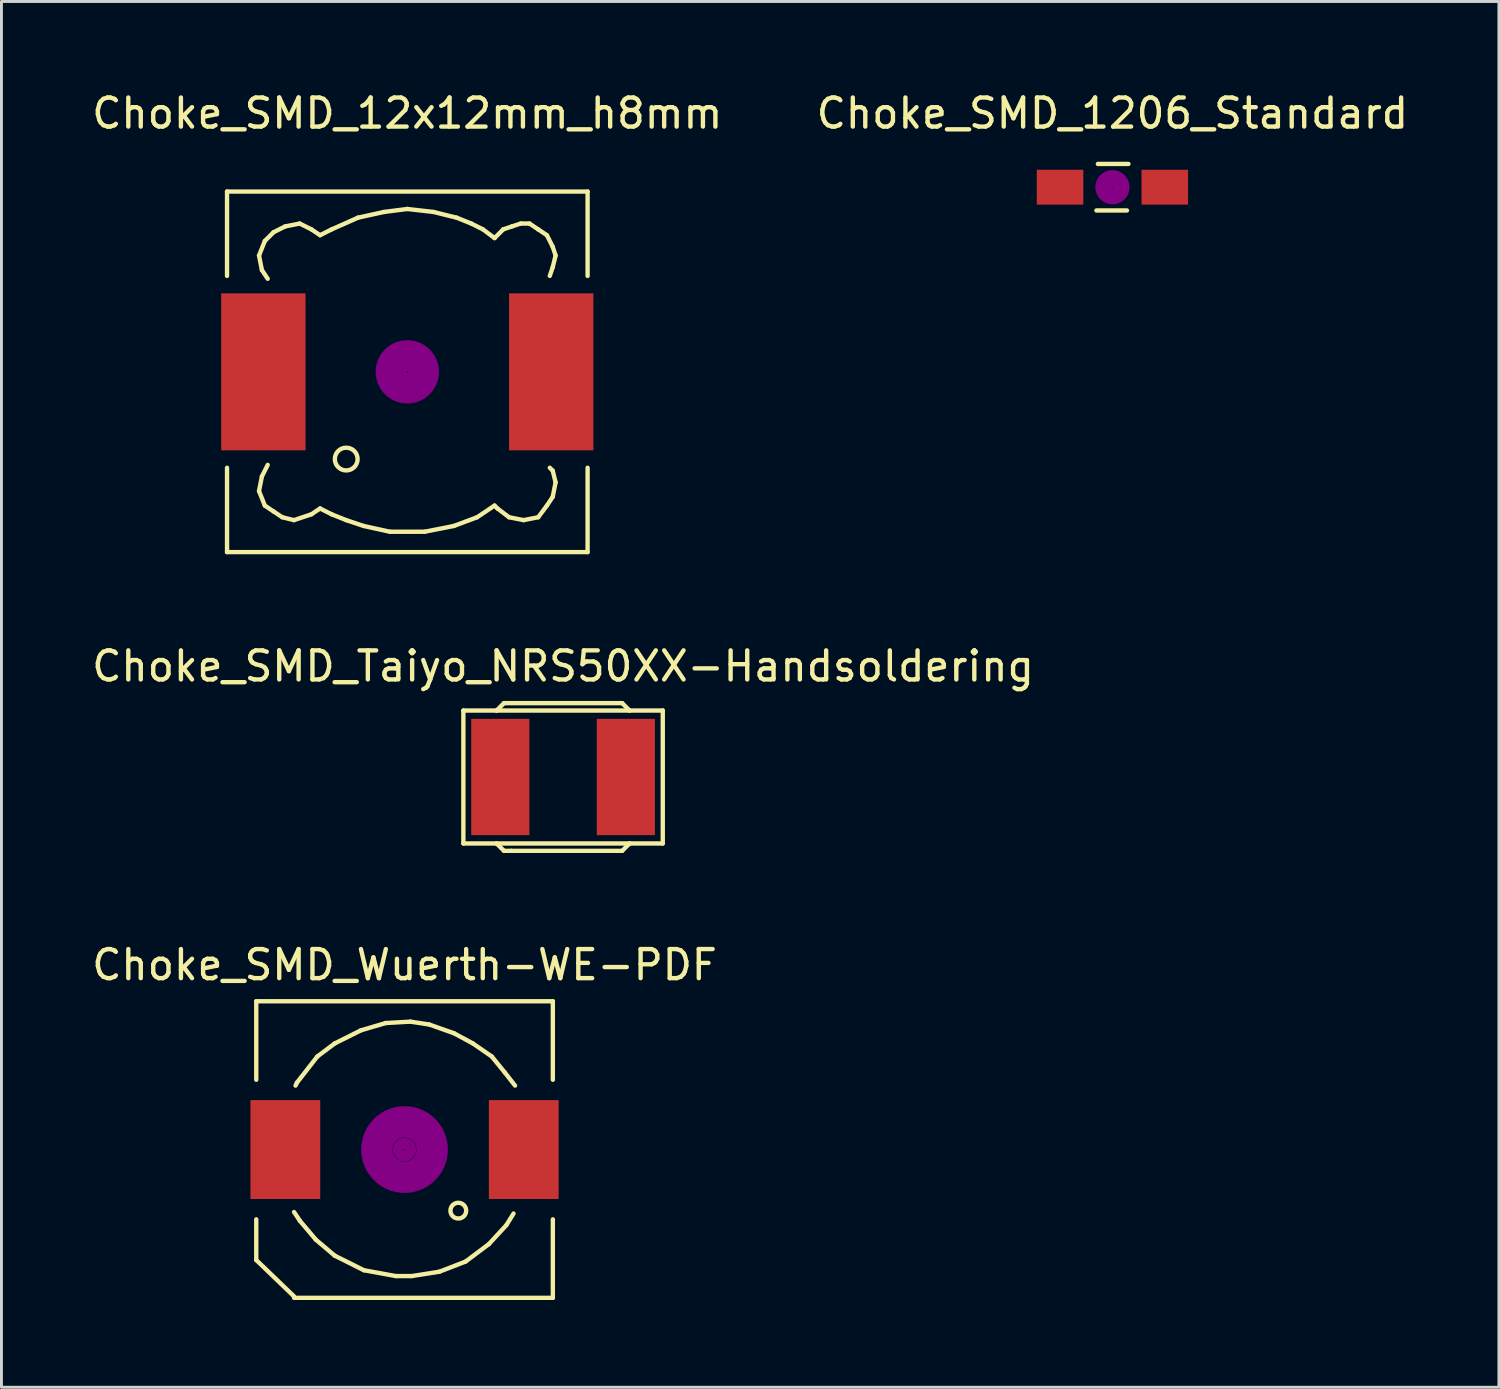
<source format=kicad_pcb>
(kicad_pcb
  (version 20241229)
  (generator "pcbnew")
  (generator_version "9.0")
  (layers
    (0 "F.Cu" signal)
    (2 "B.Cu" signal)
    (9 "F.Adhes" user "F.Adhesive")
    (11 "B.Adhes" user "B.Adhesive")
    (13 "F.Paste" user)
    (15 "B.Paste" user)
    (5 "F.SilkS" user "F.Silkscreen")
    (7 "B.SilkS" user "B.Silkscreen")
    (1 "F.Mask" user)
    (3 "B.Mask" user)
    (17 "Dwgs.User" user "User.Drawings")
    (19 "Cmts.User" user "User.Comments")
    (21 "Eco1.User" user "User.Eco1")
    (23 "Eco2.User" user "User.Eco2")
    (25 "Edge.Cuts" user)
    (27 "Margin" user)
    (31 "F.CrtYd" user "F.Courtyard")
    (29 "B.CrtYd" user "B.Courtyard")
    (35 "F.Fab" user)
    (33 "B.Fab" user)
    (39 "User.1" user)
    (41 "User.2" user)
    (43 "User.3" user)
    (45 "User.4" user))
  (footprint "Choke_SMD_Taiyo_NRS50XX-Handsoldering"
    (layer "F.Cu")
    (at 16.315 23.672)
    (property "Reference" "Choke_SMD_Taiyo_NRS50XX-Handsoldering" (at 0 -3.81 0) (layer "F.SilkS") (effects (font (size 1 1) (thickness 0.15))))
    (attr smd)
    (fp_line (start -3.429 -2.286) (end -3.429 2.286) (stroke (width 0.15) (type solid)) (layer "F.SilkS"))
    (fp_line (start -3.429 2.286) (end -2.286 2.286) (stroke (width 0.15) (type solid)) (layer "F.SilkS"))
    (fp_line (start -2.286 -2.286) (end -3.429 -2.286) (stroke (width 0.15) (type solid)) (layer "F.SilkS"))
    (fp_line (start -2.286 -2.286) (end -2.032 -2.54) (stroke (width 0.15) (type solid)) (layer "F.SilkS"))
    (fp_line (start -2.286 -2.286) (end 2.286 -2.286) (stroke (width 0.15) (type solid)) (layer "F.SilkS"))
    (fp_line (start -2.286 2.286) (end 2.286 2.286) (stroke (width 0.15) (type solid)) (layer "F.SilkS"))
    (fp_line (start -2.032 -2.54) (end 2.032 -2.54) (stroke (width 0.15) (type solid)) (layer "F.SilkS"))
    (fp_line (start -2.032 2.54) (end -2.286 2.286) (stroke (width 0.15) (type solid)) (layer "F.SilkS"))
    (fp_line (start -1.778 2.54) (end -2.032 2.54) (stroke (width 0.15) (type solid)) (layer "F.SilkS"))
    (fp_line (start 2.032 -2.54) (end 2.286 -2.286) (stroke (width 0.15) (type solid)) (layer "F.SilkS"))
    (fp_line (start 2.032 2.54) (end -1.778 2.54) (stroke (width 0.15) (type solid)) (layer "F.SilkS"))
    (fp_line (start 2.286 -2.286) (end 3.429 -2.286) (stroke (width 0.15) (type solid)) (layer "F.SilkS"))
    (fp_line (start 2.286 2.286) (end 2.032 2.54) (stroke (width 0.15) (type solid)) (layer "F.SilkS"))
    (fp_line (start 3.429 -2.286) (end 3.429 2.286) (stroke (width 0.15) (type solid)) (layer "F.SilkS"))
    (fp_line (start 3.429 2.286) (end 2.286 2.286) (stroke (width 0.15) (type solid)) (layer "F.SilkS"))
    (pad "1" smd rect (at -2.159 0) (size 2 4) (layers "F.Cu" "F.Mask" "F.Paste"))
    (pad "2" smd rect (at 2.159 0) (size 2 4) (layers "F.Cu" "F.Mask" "F.Paste")))
  (footprint "Choke_SMD_1206_Standard"
    (layer "F.Cu")
    (at 35.208 3.388)
    (property "Reference" "Choke_SMD_1206_Standard" (at 0 -2.54 0) (layer "F.SilkS") (effects (font (size 1 1) (thickness 0.15))))
    (attr smd)
    (fp_line (start -0.551 0.8) (end 0.5 0.8) (stroke (width 0.15) (type solid)) (layer "F.SilkS"))
    (fp_line (start 0.551 -0.8) (end -0.5 -0.8) (stroke (width 0.15) (type solid)) (layer "F.SilkS"))
    (fp_circle (center 0 0) (end 0.201 -0.051) (stroke (width 0.381) (type solid)) (fill no) (layer "F.Adhes"))
    (fp_circle (center 0 0) (end 0.399 0) (stroke (width 0.381) (type solid)) (fill no) (layer "F.Adhes"))
    (pad "1" smd rect (at -1.801 0) (size 1.6 1.199) (layers "F.Cu" "F.Mask" "F.Paste"))
    (pad "2" smd rect (at 1.801 0) (size 1.6 1.199) (layers "F.Cu" "F.Mask" "F.Paste")))
  (footprint "Choke_SMD_12x12mm_h8mm"
    (layer "F.Cu")
    (at 10.958 9.738)
    (property "Reference" "Choke_SMD_12x12mm_h8mm" (at 0 -8.89 0) (layer "F.SilkS") (effects (font (size 1 1) (thickness 0.15))))
    (attr smd)
    (fp_line (start -6.2 -6.2) (end -6.2 -3.299) (stroke (width 0.15) (type solid)) (layer "F.SilkS"))
    (fp_line (start -6.2 3.299) (end -6.2 6.2) (stroke (width 0.15) (type solid)) (layer "F.SilkS"))
    (fp_line (start -6.2 6.2) (end 6.2 6.2) (stroke (width 0.15) (type solid)) (layer "F.SilkS"))
    (fp_line (start -5.1 -4) (end -5.001 -3.5) (stroke (width 0.15) (type solid)) (layer "F.SilkS"))
    (fp_line (start -5.1 4.1) (end -5.001 3.599) (stroke (width 0.15) (type solid)) (layer "F.SilkS"))
    (fp_line (start -5.001 -3.5) (end -4.801 -3.2) (stroke (width 0.15) (type solid)) (layer "F.SilkS"))
    (fp_line (start -5.001 3.599) (end -4.801 3.2) (stroke (width 0.15) (type solid)) (layer "F.SilkS"))
    (fp_line (start -4.9 -4.501) (end -5.1 -4) (stroke (width 0.15) (type solid)) (layer "F.SilkS"))
    (fp_line (start -4.9 4.6) (end -5.1 4.1) (stroke (width 0.15) (type solid)) (layer "F.SilkS"))
    (fp_line (start -4.6 -4.801) (end -4.9 -4.501) (stroke (width 0.15) (type solid)) (layer "F.SilkS"))
    (fp_line (start -4.6 4.801) (end -4.9 4.6) (stroke (width 0.15) (type solid)) (layer "F.SilkS"))
    (fp_line (start -4.3 5.001) (end -4.6 4.801) (stroke (width 0.15) (type solid)) (layer "F.SilkS"))
    (fp_line (start -4.201 -5.001) (end -4.6 -4.801) (stroke (width 0.15) (type solid)) (layer "F.SilkS"))
    (fp_line (start -3.899 5.1) (end -4.3 5.001) (stroke (width 0.15) (type solid)) (layer "F.SilkS"))
    (fp_line (start -3.701 -5.1) (end -4.201 -5.001) (stroke (width 0.15) (type solid)) (layer "F.SilkS"))
    (fp_line (start -3.299 -4.9) (end -3.701 -5.1) (stroke (width 0.15) (type solid)) (layer "F.SilkS"))
    (fp_line (start -3.299 4.9) (end -3.899 5.1) (stroke (width 0.15) (type solid)) (layer "F.SilkS"))
    (fp_line (start -3 -4.699) (end -3.299 -4.9) (stroke (width 0.15) (type solid)) (layer "F.SilkS"))
    (fp_line (start -3 4.699) (end -3.299 4.9) (stroke (width 0.15) (type solid)) (layer "F.SilkS"))
    (fp_line (start -2.601 -4.9) (end -3 -4.699) (stroke (width 0.15) (type solid)) (layer "F.SilkS"))
    (fp_line (start -2.601 4.9) (end -3 4.699) (stroke (width 0.15) (type solid)) (layer "F.SilkS"))
    (fp_line (start -2.101 5.1) (end -2.601 4.9) (stroke (width 0.15) (type solid)) (layer "F.SilkS"))
    (fp_line (start -1.699 -5.301) (end -2.601 -4.9) (stroke (width 0.15) (type solid)) (layer "F.SilkS"))
    (fp_line (start -1.501 5.301) (end -2.101 5.1) (stroke (width 0.15) (type solid)) (layer "F.SilkS"))
    (fp_line (start -0.8 -5.499) (end -1.699 -5.301) (stroke (width 0.15) (type solid)) (layer "F.SilkS"))
    (fp_line (start -0.599 5.499) (end -1.501 5.301) (stroke (width 0.15) (type solid)) (layer "F.SilkS"))
    (fp_line (start 0 -5.601) (end -0.8 -5.499) (stroke (width 0.15) (type solid)) (layer "F.SilkS"))
    (fp_line (start 0.599 5.499) (end -0.599 5.499) (stroke (width 0.15) (type solid)) (layer "F.SilkS"))
    (fp_line (start 0.899 -5.499) (end 0 -5.601) (stroke (width 0.15) (type solid)) (layer "F.SilkS"))
    (fp_line (start 1.6 5.301) (end 0.599 5.499) (stroke (width 0.15) (type solid)) (layer "F.SilkS"))
    (fp_line (start 1.699 -5.301) (end 0.899 -5.499) (stroke (width 0.15) (type solid)) (layer "F.SilkS"))
    (fp_line (start 2.2 -5.1) (end 1.699 -5.301) (stroke (width 0.15) (type solid)) (layer "F.SilkS"))
    (fp_line (start 2.4 5.001) (end 1.6 5.301) (stroke (width 0.15) (type solid)) (layer "F.SilkS"))
    (fp_line (start 2.601 -4.9) (end 2.2 -5.1) (stroke (width 0.15) (type solid)) (layer "F.SilkS"))
    (fp_line (start 3 -4.6) (end 2.601 -4.9) (stroke (width 0.15) (type solid)) (layer "F.SilkS"))
    (fp_line (start 3 4.6) (end 2.4 5.001) (stroke (width 0.15) (type solid)) (layer "F.SilkS"))
    (fp_line (start 3.099 4.699) (end 3 4.6) (stroke (width 0.15) (type solid)) (layer "F.SilkS"))
    (fp_line (start 3.299 -4.9) (end 3 -4.6) (stroke (width 0.15) (type solid)) (layer "F.SilkS"))
    (fp_line (start 3.5 5.001) (end 3.099 4.699) (stroke (width 0.15) (type solid)) (layer "F.SilkS"))
    (fp_line (start 3.599 -5.001) (end 3.299 -4.9) (stroke (width 0.15) (type solid)) (layer "F.SilkS"))
    (fp_line (start 3.899 -5.1) (end 3.599 -5.001) (stroke (width 0.15) (type solid)) (layer "F.SilkS"))
    (fp_line (start 4 5.1) (end 3.5 5.001) (stroke (width 0.15) (type solid)) (layer "F.SilkS"))
    (fp_line (start 4.201 -5.1) (end 3.899 -5.1) (stroke (width 0.15) (type solid)) (layer "F.SilkS"))
    (fp_line (start 4.501 -4.9) (end 4.201 -5.1) (stroke (width 0.15) (type solid)) (layer "F.SilkS"))
    (fp_line (start 4.501 5.001) (end 4 5.1) (stroke (width 0.15) (type solid)) (layer "F.SilkS"))
    (fp_line (start 4.801 -4.699) (end 4.501 -4.9) (stroke (width 0.15) (type solid)) (layer "F.SilkS"))
    (fp_line (start 4.801 4.6) (end 4.501 5.001) (stroke (width 0.15) (type solid)) (layer "F.SilkS"))
    (fp_line (start 4.9 -3.299) (end 5.001 -3.599) (stroke (width 0.15) (type solid)) (layer "F.SilkS"))
    (fp_line (start 4.9 3.299) (end 5.001 3.401) (stroke (width 0.15) (type solid)) (layer "F.SilkS"))
    (fp_line (start 5.001 -4.3) (end 4.801 -4.699) (stroke (width 0.15) (type solid)) (layer "F.SilkS"))
    (fp_line (start 5.001 -3.599) (end 5.1 -4) (stroke (width 0.15) (type solid)) (layer "F.SilkS"))
    (fp_line (start 5.001 3.401) (end 5.1 3.8) (stroke (width 0.15) (type solid)) (layer "F.SilkS"))
    (fp_line (start 5.001 4.3) (end 4.801 4.6) (stroke (width 0.15) (type solid)) (layer "F.SilkS"))
    (fp_line (start 5.1 -4) (end 5.001 -4.3) (stroke (width 0.15) (type solid)) (layer "F.SilkS"))
    (fp_line (start 5.1 3.8) (end 5.001 4.3) (stroke (width 0.15) (type solid)) (layer "F.SilkS"))
    (fp_line (start 6.2 -6.2) (end -6.2 -6.2) (stroke (width 0.15) (type solid)) (layer "F.SilkS"))
    (fp_line (start 6.2 -6.2) (end 6.2 -3.299) (stroke (width 0.15) (type solid)) (layer "F.SilkS"))
    (fp_line (start 6.2 6.2) (end 6.2 3.299) (stroke (width 0.15) (type solid)) (layer "F.SilkS"))
    (fp_circle (center -2.101 3) (end -1.801 3.251) (stroke (width 0.15) (type solid)) (fill no) (layer "F.SilkS"))
    (fp_circle (center 0 0) (end 0.15 0.15) (stroke (width 0.381) (type solid)) (fill no) (layer "F.Adhes"))
    (fp_circle (center 0 0) (end 0.551 0) (stroke (width 0.381) (type solid)) (fill no) (layer "F.Adhes"))
    (fp_circle (center 0 0) (end 0.899 0) (stroke (width 0.381) (type solid)) (fill no) (layer "F.Adhes"))
    (pad "1" smd rect (at -4.95 0) (size 2.901 5.4) (layers "F.Cu" "F.Mask" "F.Paste"))
    (pad "2" smd rect (at 4.95 0) (size 2.901 5.4) (layers "F.Cu" "F.Mask" "F.Paste")))
  (footprint "Choke_SMD_Wuerth-WE-PDF"
    (layer "F.Cu")
    (at 10.863 36.485)
    (property "Reference" "Choke_SMD_Wuerth-WE-PDF" (at 0 -6.35 0) (layer "F.SilkS") (effects (font (size 1 1) (thickness 0.15))))
    (attr smd)
    (fp_line (start -5.1 -5.1) (end -5.1 -2.4) (stroke (width 0.15) (type solid)) (layer "F.SilkS"))
    (fp_line (start -5.1 2.4) (end -5.1 3.8) (stroke (width 0.15) (type solid)) (layer "F.SilkS"))
    (fp_line (start -5.1 3.8) (end -3.8 5.05) (stroke (width 0.15) (type solid)) (layer "F.SilkS"))
    (fp_line (start -3.8 2.149) (end -3.599 2.451) (stroke (width 0.15) (type solid)) (layer "F.SilkS"))
    (fp_line (start -3.701 -2.301) (end -3.749 -2.2) (stroke (width 0.15) (type solid)) (layer "F.SilkS"))
    (fp_line (start -3.599 2.451) (end -3.051 3.099) (stroke (width 0.15) (type solid)) (layer "F.SilkS"))
    (fp_line (start -3.051 3.099) (end -2.4 3.65) (stroke (width 0.15) (type solid)) (layer "F.SilkS"))
    (fp_line (start -3 -3.2) (end -3.701 -2.301) (stroke (width 0.15) (type solid)) (layer "F.SilkS"))
    (fp_line (start -2.4 -3.65) (end -3 -3.2) (stroke (width 0.15) (type solid)) (layer "F.SilkS"))
    (fp_line (start -2.4 3.65) (end -1.4 4.15) (stroke (width 0.15) (type solid)) (layer "F.SilkS"))
    (fp_line (start -1.501 -4.1) (end -2.4 -3.65) (stroke (width 0.15) (type solid)) (layer "F.SilkS"))
    (fp_line (start -1.4 4.15) (end -0.3 4.351) (stroke (width 0.15) (type solid)) (layer "F.SilkS"))
    (fp_line (start -0.65 -4.351) (end -1.501 -4.1) (stroke (width 0.15) (type solid)) (layer "F.SilkS"))
    (fp_line (start -0.3 4.351) (end 0.249 4.351) (stroke (width 0.15) (type solid)) (layer "F.SilkS"))
    (fp_line (start 0.201 -4.399) (end -0.65 -4.351) (stroke (width 0.15) (type solid)) (layer "F.SilkS"))
    (fp_line (start 0.249 4.351) (end 1.199 4.201) (stroke (width 0.15) (type solid)) (layer "F.SilkS"))
    (fp_line (start 0.851 -4.3) (end 0.201 -4.399) (stroke (width 0.15) (type solid)) (layer "F.SilkS"))
    (fp_line (start 1.199 4.201) (end 2.101 3.851) (stroke (width 0.15) (type solid)) (layer "F.SilkS"))
    (fp_line (start 1.699 -4) (end 0.851 -4.3) (stroke (width 0.15) (type solid)) (layer "F.SilkS"))
    (fp_line (start 2.101 3.851) (end 2.901 3.251) (stroke (width 0.15) (type solid)) (layer "F.SilkS"))
    (fp_line (start 2.349 -3.65) (end 1.699 -4) (stroke (width 0.15) (type solid)) (layer "F.SilkS"))
    (fp_line (start 2.901 3.251) (end 3.5 2.601) (stroke (width 0.15) (type solid)) (layer "F.SilkS"))
    (fp_line (start 3 -3.2) (end 2.349 -3.65) (stroke (width 0.15) (type solid)) (layer "F.SilkS"))
    (fp_line (start 3.449 -2.649) (end 3 -3.2) (stroke (width 0.15) (type solid)) (layer "F.SilkS"))
    (fp_line (start 3.5 2.601) (end 3.749 2.2) (stroke (width 0.15) (type solid)) (layer "F.SilkS"))
    (fp_line (start 3.8 -2.2) (end 3.449 -2.649) (stroke (width 0.15) (type solid)) (layer "F.SilkS"))
    (fp_line (start 5.1 -5.1) (end -5.1 -5.1) (stroke (width 0.15) (type solid)) (layer "F.SilkS"))
    (fp_line (start 5.1 -5.1) (end 5.1 -2.4) (stroke (width 0.15) (type solid)) (layer "F.SilkS"))
    (fp_line (start 5.1 5.1) (end -3.8 5.1) (stroke (width 0.15) (type solid)) (layer "F.SilkS"))
    (fp_line (start 5.1 5.1) (end 5.1 2.4) (stroke (width 0.15) (type solid)) (layer "F.SilkS"))
    (fp_circle (center 1.849 2.101) (end 2.101 2.2) (stroke (width 0.15) (type solid)) (fill no) (layer "F.SilkS"))
    (fp_circle (center 0 0) (end 0.15 0.15) (stroke (width 0.381) (type solid)) (fill no) (layer "F.Adhes"))
    (fp_circle (center 0 0) (end 0.599 0.051) (stroke (width 0.381) (type solid)) (fill no) (layer "F.Adhes"))
    (fp_circle (center 0 0) (end 0.95 0) (stroke (width 0.381) (type solid)) (fill no) (layer "F.Adhes"))
    (fp_circle (center 0 0) (end 1.3 0.051) (stroke (width 0.381) (type solid)) (fill no) (layer "F.Adhes"))
    (pad "1" smd rect (at -4.1 0) (size 2.4 3.401) (layers "F.Cu" "F.Mask" "F.Paste"))
    (pad "2" smd rect (at 4.1 0) (size 2.4 3.401) (layers "F.Cu" "F.Mask" "F.Paste")))
  (gr_rect
    (start -3 -3)
    (end 48.5 44.66)
    (stroke (width 0.1) (type default))
    (fill no)
    (layer "Edge.Cuts")))
</source>
